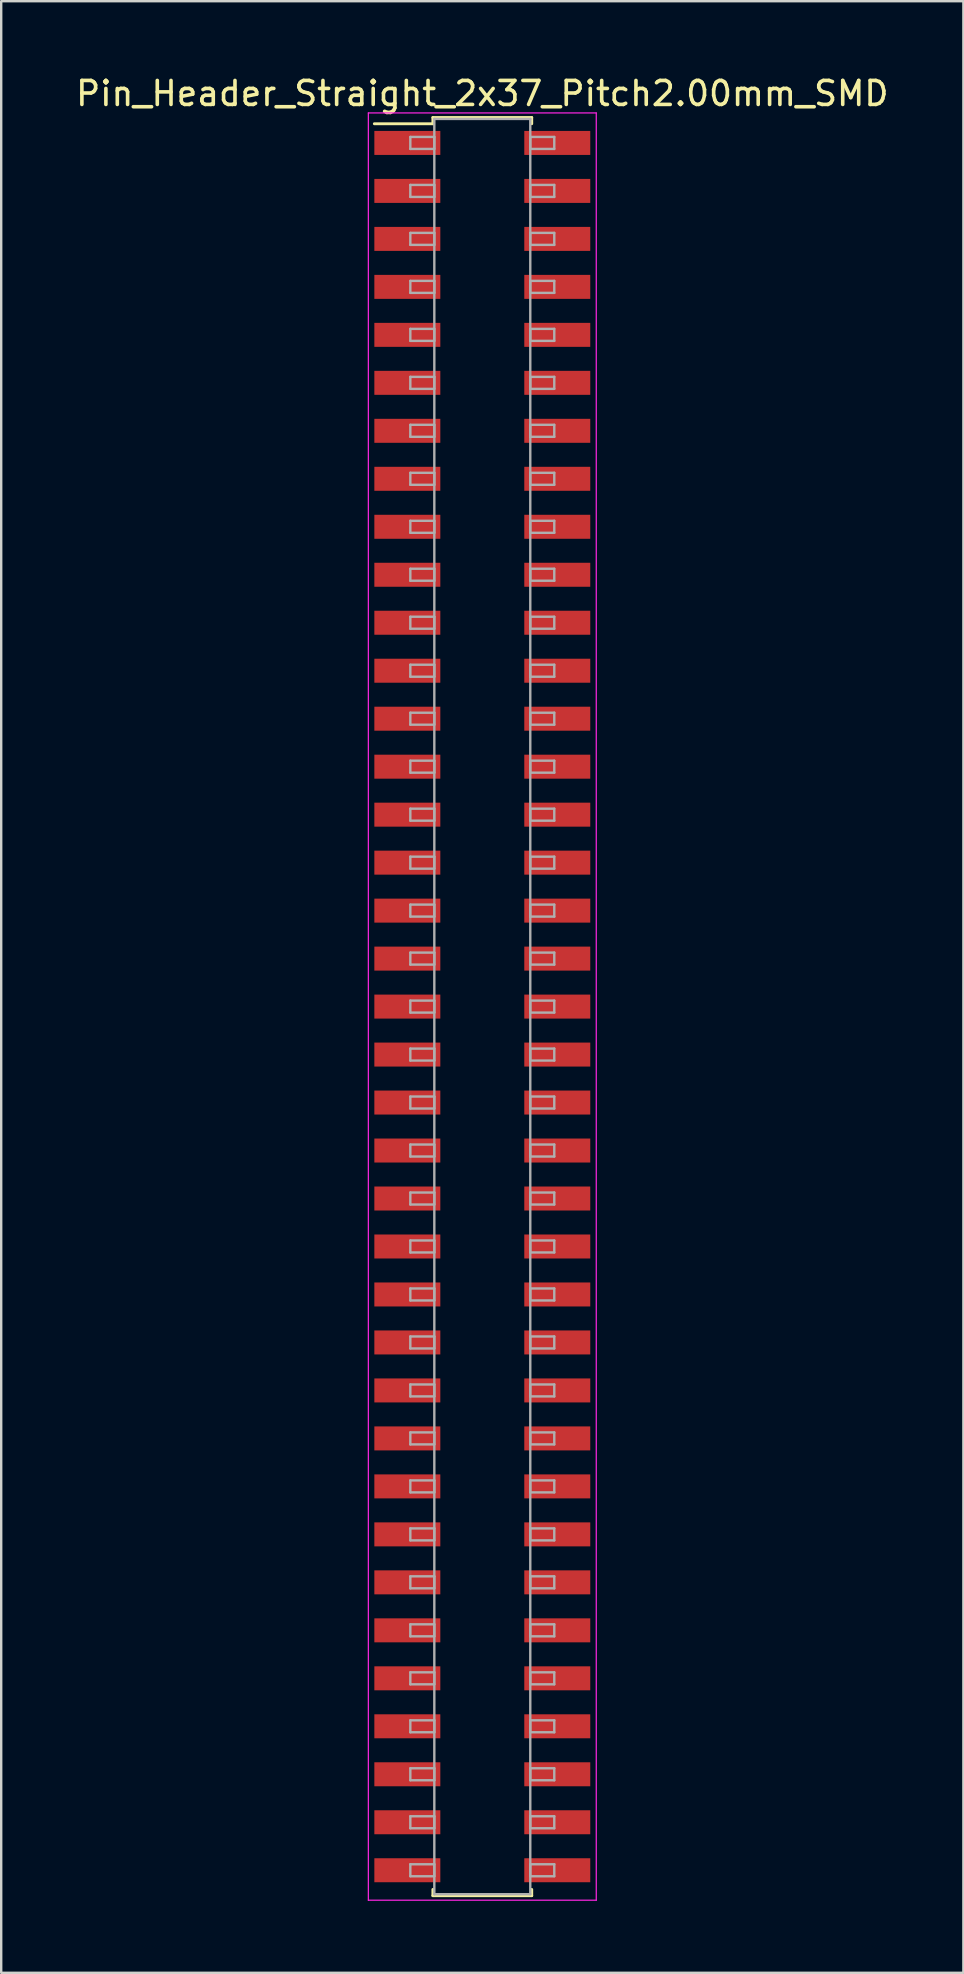
<source format=kicad_pcb>
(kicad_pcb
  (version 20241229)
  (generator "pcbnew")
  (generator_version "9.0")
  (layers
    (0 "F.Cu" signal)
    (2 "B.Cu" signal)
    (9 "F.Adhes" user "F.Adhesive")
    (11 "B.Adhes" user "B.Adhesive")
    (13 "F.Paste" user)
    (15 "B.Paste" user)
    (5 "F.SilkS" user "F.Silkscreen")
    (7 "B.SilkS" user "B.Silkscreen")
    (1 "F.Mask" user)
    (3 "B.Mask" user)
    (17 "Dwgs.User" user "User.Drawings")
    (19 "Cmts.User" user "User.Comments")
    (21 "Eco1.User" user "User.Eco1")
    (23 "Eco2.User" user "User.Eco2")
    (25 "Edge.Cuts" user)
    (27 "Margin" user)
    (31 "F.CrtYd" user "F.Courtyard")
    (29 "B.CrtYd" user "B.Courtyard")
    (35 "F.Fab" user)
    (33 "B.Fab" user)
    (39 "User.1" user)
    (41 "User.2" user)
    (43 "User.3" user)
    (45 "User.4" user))
  (footprint "Pin_Header_Straight_2x37_Pitch2.00mm_SMD"
    (layer "F.Cu")
    (at 17.054 38.908)
    (property "Reference" "Pin_Header_Straight_2x37_Pitch2.00mm_SMD" (at 0 -38.06 0) (layer "F.SilkS") (effects (font (size 1 1) (thickness 0.15))))
    (attr smd)
    (fp_line (start -4.5 -36.8) (end -2.06 -36.8) (stroke (width 0.12) (type solid)) (layer "F.SilkS"))
    (fp_line (start -2.06 -37.06) (end 2.06 -37.06) (stroke (width 0.12) (type solid)) (layer "F.SilkS"))
    (fp_line (start -2.06 -36.8) (end -2.06 -37.06) (stroke (width 0.12) (type solid)) (layer "F.SilkS"))
    (fp_line (start -2.06 36.8) (end -2.06 37.06) (stroke (width 0.12) (type solid)) (layer "F.SilkS"))
    (fp_line (start -2.06 37.06) (end 2.06 37.06) (stroke (width 0.12) (type solid)) (layer "F.SilkS"))
    (fp_line (start 2.06 -37.06) (end 2.06 -36.8) (stroke (width 0.12) (type solid)) (layer "F.SilkS"))
    (fp_line (start 2.06 37.06) (end 2.06 36.8) (stroke (width 0.12) (type solid)) (layer "F.SilkS"))
    (fp_line (start -4.75 -37.25) (end -4.75 37.25) (stroke (width 0.05) (type solid)) (layer "F.CrtYd"))
    (fp_line (start -4.75 37.25) (end 4.75 37.25) (stroke (width 0.05) (type solid)) (layer "F.CrtYd"))
    (fp_line (start 4.75 -37.25) (end -4.75 -37.25) (stroke (width 0.05) (type solid)) (layer "F.CrtYd"))
    (fp_line (start 4.75 37.25) (end 4.75 -37.25) (stroke (width 0.05) (type solid)) (layer "F.CrtYd"))
    (fp_line (start -3 -36.25) (end -2 -36.25) (stroke (width 0.1) (type solid)) (layer "F.Fab"))
    (fp_line (start -3 -35.75) (end -3 -36.25) (stroke (width 0.1) (type solid)) (layer "F.Fab"))
    (fp_line (start -3 -34.25) (end -2 -34.25) (stroke (width 0.1) (type solid)) (layer "F.Fab"))
    (fp_line (start -3 -33.75) (end -3 -34.25) (stroke (width 0.1) (type solid)) (layer "F.Fab"))
    (fp_line (start -3 -32.25) (end -2 -32.25) (stroke (width 0.1) (type solid)) (layer "F.Fab"))
    (fp_line (start -3 -31.75) (end -3 -32.25) (stroke (width 0.1) (type solid)) (layer "F.Fab"))
    (fp_line (start -3 -30.25) (end -2 -30.25) (stroke (width 0.1) (type solid)) (layer "F.Fab"))
    (fp_line (start -3 -29.75) (end -3 -30.25) (stroke (width 0.1) (type solid)) (layer "F.Fab"))
    (fp_line (start -3 -28.25) (end -2 -28.25) (stroke (width 0.1) (type solid)) (layer "F.Fab"))
    (fp_line (start -3 -27.75) (end -3 -28.25) (stroke (width 0.1) (type solid)) (layer "F.Fab"))
    (fp_line (start -3 -26.25) (end -2 -26.25) (stroke (width 0.1) (type solid)) (layer "F.Fab"))
    (fp_line (start -3 -25.75) (end -3 -26.25) (stroke (width 0.1) (type solid)) (layer "F.Fab"))
    (fp_line (start -3 -24.25) (end -2 -24.25) (stroke (width 0.1) (type solid)) (layer "F.Fab"))
    (fp_line (start -3 -23.75) (end -3 -24.25) (stroke (width 0.1) (type solid)) (layer "F.Fab"))
    (fp_line (start -3 -22.25) (end -2 -22.25) (stroke (width 0.1) (type solid)) (layer "F.Fab"))
    (fp_line (start -3 -21.75) (end -3 -22.25) (stroke (width 0.1) (type solid)) (layer "F.Fab"))
    (fp_line (start -3 -20.25) (end -2 -20.25) (stroke (width 0.1) (type solid)) (layer "F.Fab"))
    (fp_line (start -3 -19.75) (end -3 -20.25) (stroke (width 0.1) (type solid)) (layer "F.Fab"))
    (fp_line (start -3 -18.25) (end -2 -18.25) (stroke (width 0.1) (type solid)) (layer "F.Fab"))
    (fp_line (start -3 -17.75) (end -3 -18.25) (stroke (width 0.1) (type solid)) (layer "F.Fab"))
    (fp_line (start -3 -16.25) (end -2 -16.25) (stroke (width 0.1) (type solid)) (layer "F.Fab"))
    (fp_line (start -3 -15.75) (end -3 -16.25) (stroke (width 0.1) (type solid)) (layer "F.Fab"))
    (fp_line (start -3 -14.25) (end -2 -14.25) (stroke (width 0.1) (type solid)) (layer "F.Fab"))
    (fp_line (start -3 -13.75) (end -3 -14.25) (stroke (width 0.1) (type solid)) (layer "F.Fab"))
    (fp_line (start -3 -12.25) (end -2 -12.25) (stroke (width 0.1) (type solid)) (layer "F.Fab"))
    (fp_line (start -3 -11.75) (end -3 -12.25) (stroke (width 0.1) (type solid)) (layer "F.Fab"))
    (fp_line (start -3 -10.25) (end -2 -10.25) (stroke (width 0.1) (type solid)) (layer "F.Fab"))
    (fp_line (start -3 -9.75) (end -3 -10.25) (stroke (width 0.1) (type solid)) (layer "F.Fab"))
    (fp_line (start -3 -8.25) (end -2 -8.25) (stroke (width 0.1) (type solid)) (layer "F.Fab"))
    (fp_line (start -3 -7.75) (end -3 -8.25) (stroke (width 0.1) (type solid)) (layer "F.Fab"))
    (fp_line (start -3 -6.25) (end -2 -6.25) (stroke (width 0.1) (type solid)) (layer "F.Fab"))
    (fp_line (start -3 -5.75) (end -3 -6.25) (stroke (width 0.1) (type solid)) (layer "F.Fab"))
    (fp_line (start -3 -4.25) (end -2 -4.25) (stroke (width 0.1) (type solid)) (layer "F.Fab"))
    (fp_line (start -3 -3.75) (end -3 -4.25) (stroke (width 0.1) (type solid)) (layer "F.Fab"))
    (fp_line (start -3 -2.25) (end -2 -2.25) (stroke (width 0.1) (type solid)) (layer "F.Fab"))
    (fp_line (start -3 -1.75) (end -3 -2.25) (stroke (width 0.1) (type solid)) (layer "F.Fab"))
    (fp_line (start -3 -0.25) (end -2 -0.25) (stroke (width 0.1) (type solid)) (layer "F.Fab"))
    (fp_line (start -3 0.25) (end -3 -0.25) (stroke (width 0.1) (type solid)) (layer "F.Fab"))
    (fp_line (start -3 1.75) (end -2 1.75) (stroke (width 0.1) (type solid)) (layer "F.Fab"))
    (fp_line (start -3 2.25) (end -3 1.75) (stroke (width 0.1) (type solid)) (layer "F.Fab"))
    (fp_line (start -3 3.75) (end -2 3.75) (stroke (width 0.1) (type solid)) (layer "F.Fab"))
    (fp_line (start -3 4.25) (end -3 3.75) (stroke (width 0.1) (type solid)) (layer "F.Fab"))
    (fp_line (start -3 5.75) (end -2 5.75) (stroke (width 0.1) (type solid)) (layer "F.Fab"))
    (fp_line (start -3 6.25) (end -3 5.75) (stroke (width 0.1) (type solid)) (layer "F.Fab"))
    (fp_line (start -3 7.75) (end -2 7.75) (stroke (width 0.1) (type solid)) (layer "F.Fab"))
    (fp_line (start -3 8.25) (end -3 7.75) (stroke (width 0.1) (type solid)) (layer "F.Fab"))
    (fp_line (start -3 9.75) (end -2 9.75) (stroke (width 0.1) (type solid)) (layer "F.Fab"))
    (fp_line (start -3 10.25) (end -3 9.75) (stroke (width 0.1) (type solid)) (layer "F.Fab"))
    (fp_line (start -3 11.75) (end -2 11.75) (stroke (width 0.1) (type solid)) (layer "F.Fab"))
    (fp_line (start -3 12.25) (end -3 11.75) (stroke (width 0.1) (type solid)) (layer "F.Fab"))
    (fp_line (start -3 13.75) (end -2 13.75) (stroke (width 0.1) (type solid)) (layer "F.Fab"))
    (fp_line (start -3 14.25) (end -3 13.75) (stroke (width 0.1) (type solid)) (layer "F.Fab"))
    (fp_line (start -3 15.75) (end -2 15.75) (stroke (width 0.1) (type solid)) (layer "F.Fab"))
    (fp_line (start -3 16.25) (end -3 15.75) (stroke (width 0.1) (type solid)) (layer "F.Fab"))
    (fp_line (start -3 17.75) (end -2 17.75) (stroke (width 0.1) (type solid)) (layer "F.Fab"))
    (fp_line (start -3 18.25) (end -3 17.75) (stroke (width 0.1) (type solid)) (layer "F.Fab"))
    (fp_line (start -3 19.75) (end -2 19.75) (stroke (width 0.1) (type solid)) (layer "F.Fab"))
    (fp_line (start -3 20.25) (end -3 19.75) (stroke (width 0.1) (type solid)) (layer "F.Fab"))
    (fp_line (start -3 21.75) (end -2 21.75) (stroke (width 0.1) (type solid)) (layer "F.Fab"))
    (fp_line (start -3 22.25) (end -3 21.75) (stroke (width 0.1) (type solid)) (layer "F.Fab"))
    (fp_line (start -3 23.75) (end -2 23.75) (stroke (width 0.1) (type solid)) (layer "F.Fab"))
    (fp_line (start -3 24.25) (end -3 23.75) (stroke (width 0.1) (type solid)) (layer "F.Fab"))
    (fp_line (start -3 25.75) (end -2 25.75) (stroke (width 0.1) (type solid)) (layer "F.Fab"))
    (fp_line (start -3 26.25) (end -3 25.75) (stroke (width 0.1) (type solid)) (layer "F.Fab"))
    (fp_line (start -3 27.75) (end -2 27.75) (stroke (width 0.1) (type solid)) (layer "F.Fab"))
    (fp_line (start -3 28.25) (end -3 27.75) (stroke (width 0.1) (type solid)) (layer "F.Fab"))
    (fp_line (start -3 29.75) (end -2 29.75) (stroke (width 0.1) (type solid)) (layer "F.Fab"))
    (fp_line (start -3 30.25) (end -3 29.75) (stroke (width 0.1) (type solid)) (layer "F.Fab"))
    (fp_line (start -3 31.75) (end -2 31.75) (stroke (width 0.1) (type solid)) (layer "F.Fab"))
    (fp_line (start -3 32.25) (end -3 31.75) (stroke (width 0.1) (type solid)) (layer "F.Fab"))
    (fp_line (start -3 33.75) (end -2 33.75) (stroke (width 0.1) (type solid)) (layer "F.Fab"))
    (fp_line (start -3 34.25) (end -3 33.75) (stroke (width 0.1) (type solid)) (layer "F.Fab"))
    (fp_line (start -3 35.75) (end -2 35.75) (stroke (width 0.1) (type solid)) (layer "F.Fab"))
    (fp_line (start -3 36.25) (end -3 35.75) (stroke (width 0.1) (type solid)) (layer "F.Fab"))
    (fp_line (start -2 -37) (end -2 37) (stroke (width 0.1) (type solid)) (layer "F.Fab"))
    (fp_line (start -2 -36.25) (end -2 -35.75) (stroke (width 0.1) (type solid)) (layer "F.Fab"))
    (fp_line (start -2 -35.75) (end -3 -35.75) (stroke (width 0.1) (type solid)) (layer "F.Fab"))
    (fp_line (start -2 -34.25) (end -2 -33.75) (stroke (width 0.1) (type solid)) (layer "F.Fab"))
    (fp_line (start -2 -33.75) (end -3 -33.75) (stroke (width 0.1) (type solid)) (layer "F.Fab"))
    (fp_line (start -2 -32.25) (end -2 -31.75) (stroke (width 0.1) (type solid)) (layer "F.Fab"))
    (fp_line (start -2 -31.75) (end -3 -31.75) (stroke (width 0.1) (type solid)) (layer "F.Fab"))
    (fp_line (start -2 -30.25) (end -2 -29.75) (stroke (width 0.1) (type solid)) (layer "F.Fab"))
    (fp_line (start -2 -29.75) (end -3 -29.75) (stroke (width 0.1) (type solid)) (layer "F.Fab"))
    (fp_line (start -2 -28.25) (end -2 -27.75) (stroke (width 0.1) (type solid)) (layer "F.Fab"))
    (fp_line (start -2 -27.75) (end -3 -27.75) (stroke (width 0.1) (type solid)) (layer "F.Fab"))
    (fp_line (start -2 -26.25) (end -2 -25.75) (stroke (width 0.1) (type solid)) (layer "F.Fab"))
    (fp_line (start -2 -25.75) (end -3 -25.75) (stroke (width 0.1) (type solid)) (layer "F.Fab"))
    (fp_line (start -2 -24.25) (end -2 -23.75) (stroke (width 0.1) (type solid)) (layer "F.Fab"))
    (fp_line (start -2 -23.75) (end -3 -23.75) (stroke (width 0.1) (type solid)) (layer "F.Fab"))
    (fp_line (start -2 -22.25) (end -2 -21.75) (stroke (width 0.1) (type solid)) (layer "F.Fab"))
    (fp_line (start -2 -21.75) (end -3 -21.75) (stroke (width 0.1) (type solid)) (layer "F.Fab"))
    (fp_line (start -2 -20.25) (end -2 -19.75) (stroke (width 0.1) (type solid)) (layer "F.Fab"))
    (fp_line (start -2 -19.75) (end -3 -19.75) (stroke (width 0.1) (type solid)) (layer "F.Fab"))
    (fp_line (start -2 -18.25) (end -2 -17.75) (stroke (width 0.1) (type solid)) (layer "F.Fab"))
    (fp_line (start -2 -17.75) (end -3 -17.75) (stroke (width 0.1) (type solid)) (layer "F.Fab"))
    (fp_line (start -2 -16.25) (end -2 -15.75) (stroke (width 0.1) (type solid)) (layer "F.Fab"))
    (fp_line (start -2 -15.75) (end -3 -15.75) (stroke (width 0.1) (type solid)) (layer "F.Fab"))
    (fp_line (start -2 -14.25) (end -2 -13.75) (stroke (width 0.1) (type solid)) (layer "F.Fab"))
    (fp_line (start -2 -13.75) (end -3 -13.75) (stroke (width 0.1) (type solid)) (layer "F.Fab"))
    (fp_line (start -2 -12.25) (end -2 -11.75) (stroke (width 0.1) (type solid)) (layer "F.Fab"))
    (fp_line (start -2 -11.75) (end -3 -11.75) (stroke (width 0.1) (type solid)) (layer "F.Fab"))
    (fp_line (start -2 -10.25) (end -2 -9.75) (stroke (width 0.1) (type solid)) (layer "F.Fab"))
    (fp_line (start -2 -9.75) (end -3 -9.75) (stroke (width 0.1) (type solid)) (layer "F.Fab"))
    (fp_line (start -2 -8.25) (end -2 -7.75) (stroke (width 0.1) (type solid)) (layer "F.Fab"))
    (fp_line (start -2 -7.75) (end -3 -7.75) (stroke (width 0.1) (type solid)) (layer "F.Fab"))
    (fp_line (start -2 -6.25) (end -2 -5.75) (stroke (width 0.1) (type solid)) (layer "F.Fab"))
    (fp_line (start -2 -5.75) (end -3 -5.75) (stroke (width 0.1) (type solid)) (layer "F.Fab"))
    (fp_line (start -2 -4.25) (end -2 -3.75) (stroke (width 0.1) (type solid)) (layer "F.Fab"))
    (fp_line (start -2 -3.75) (end -3 -3.75) (stroke (width 0.1) (type solid)) (layer "F.Fab"))
    (fp_line (start -2 -2.25) (end -2 -1.75) (stroke (width 0.1) (type solid)) (layer "F.Fab"))
    (fp_line (start -2 -1.75) (end -3 -1.75) (stroke (width 0.1) (type solid)) (layer "F.Fab"))
    (fp_line (start -2 -0.25) (end -2 0.25) (stroke (width 0.1) (type solid)) (layer "F.Fab"))
    (fp_line (start -2 0.25) (end -3 0.25) (stroke (width 0.1) (type solid)) (layer "F.Fab"))
    (fp_line (start -2 1.75) (end -2 2.25) (stroke (width 0.1) (type solid)) (layer "F.Fab"))
    (fp_line (start -2 2.25) (end -3 2.25) (stroke (width 0.1) (type solid)) (layer "F.Fab"))
    (fp_line (start -2 3.75) (end -2 4.25) (stroke (width 0.1) (type solid)) (layer "F.Fab"))
    (fp_line (start -2 4.25) (end -3 4.25) (stroke (width 0.1) (type solid)) (layer "F.Fab"))
    (fp_line (start -2 5.75) (end -2 6.25) (stroke (width 0.1) (type solid)) (layer "F.Fab"))
    (fp_line (start -2 6.25) (end -3 6.25) (stroke (width 0.1) (type solid)) (layer "F.Fab"))
    (fp_line (start -2 7.75) (end -2 8.25) (stroke (width 0.1) (type solid)) (layer "F.Fab"))
    (fp_line (start -2 8.25) (end -3 8.25) (stroke (width 0.1) (type solid)) (layer "F.Fab"))
    (fp_line (start -2 9.75) (end -2 10.25) (stroke (width 0.1) (type solid)) (layer "F.Fab"))
    (fp_line (start -2 10.25) (end -3 10.25) (stroke (width 0.1) (type solid)) (layer "F.Fab"))
    (fp_line (start -2 11.75) (end -2 12.25) (stroke (width 0.1) (type solid)) (layer "F.Fab"))
    (fp_line (start -2 12.25) (end -3 12.25) (stroke (width 0.1) (type solid)) (layer "F.Fab"))
    (fp_line (start -2 13.75) (end -2 14.25) (stroke (width 0.1) (type solid)) (layer "F.Fab"))
    (fp_line (start -2 14.25) (end -3 14.25) (stroke (width 0.1) (type solid)) (layer "F.Fab"))
    (fp_line (start -2 15.75) (end -2 16.25) (stroke (width 0.1) (type solid)) (layer "F.Fab"))
    (fp_line (start -2 16.25) (end -3 16.25) (stroke (width 0.1) (type solid)) (layer "F.Fab"))
    (fp_line (start -2 17.75) (end -2 18.25) (stroke (width 0.1) (type solid)) (layer "F.Fab"))
    (fp_line (start -2 18.25) (end -3 18.25) (stroke (width 0.1) (type solid)) (layer "F.Fab"))
    (fp_line (start -2 19.75) (end -2 20.25) (stroke (width 0.1) (type solid)) (layer "F.Fab"))
    (fp_line (start -2 20.25) (end -3 20.25) (stroke (width 0.1) (type solid)) (layer "F.Fab"))
    (fp_line (start -2 21.75) (end -2 22.25) (stroke (width 0.1) (type solid)) (layer "F.Fab"))
    (fp_line (start -2 22.25) (end -3 22.25) (stroke (width 0.1) (type solid)) (layer "F.Fab"))
    (fp_line (start -2 23.75) (end -2 24.25) (stroke (width 0.1) (type solid)) (layer "F.Fab"))
    (fp_line (start -2 24.25) (end -3 24.25) (stroke (width 0.1) (type solid)) (layer "F.Fab"))
    (fp_line (start -2 25.75) (end -2 26.25) (stroke (width 0.1) (type solid)) (layer "F.Fab"))
    (fp_line (start -2 26.25) (end -3 26.25) (stroke (width 0.1) (type solid)) (layer "F.Fab"))
    (fp_line (start -2 27.75) (end -2 28.25) (stroke (width 0.1) (type solid)) (layer "F.Fab"))
    (fp_line (start -2 28.25) (end -3 28.25) (stroke (width 0.1) (type solid)) (layer "F.Fab"))
    (fp_line (start -2 29.75) (end -2 30.25) (stroke (width 0.1) (type solid)) (layer "F.Fab"))
    (fp_line (start -2 30.25) (end -3 30.25) (stroke (width 0.1) (type solid)) (layer "F.Fab"))
    (fp_line (start -2 31.75) (end -2 32.25) (stroke (width 0.1) (type solid)) (layer "F.Fab"))
    (fp_line (start -2 32.25) (end -3 32.25) (stroke (width 0.1) (type solid)) (layer "F.Fab"))
    (fp_line (start -2 33.75) (end -2 34.25) (stroke (width 0.1) (type solid)) (layer "F.Fab"))
    (fp_line (start -2 34.25) (end -3 34.25) (stroke (width 0.1) (type solid)) (layer "F.Fab"))
    (fp_line (start -2 35.75) (end -2 36.25) (stroke (width 0.1) (type solid)) (layer "F.Fab"))
    (fp_line (start -2 36.25) (end -3 36.25) (stroke (width 0.1) (type solid)) (layer "F.Fab"))
    (fp_line (start -2 37) (end 2 37) (stroke (width 0.1) (type solid)) (layer "F.Fab"))
    (fp_line (start 2 -37) (end -2 -37) (stroke (width 0.1) (type solid)) (layer "F.Fab"))
    (fp_line (start 2 -36.25) (end 2 -35.75) (stroke (width 0.1) (type solid)) (layer "F.Fab"))
    (fp_line (start 2 -35.75) (end 3 -35.75) (stroke (width 0.1) (type solid)) (layer "F.Fab"))
    (fp_line (start 2 -34.25) (end 2 -33.75) (stroke (width 0.1) (type solid)) (layer "F.Fab"))
    (fp_line (start 2 -33.75) (end 3 -33.75) (stroke (width 0.1) (type solid)) (layer "F.Fab"))
    (fp_line (start 2 -32.25) (end 2 -31.75) (stroke (width 0.1) (type solid)) (layer "F.Fab"))
    (fp_line (start 2 -31.75) (end 3 -31.75) (stroke (width 0.1) (type solid)) (layer "F.Fab"))
    (fp_line (start 2 -30.25) (end 2 -29.75) (stroke (width 0.1) (type solid)) (layer "F.Fab"))
    (fp_line (start 2 -29.75) (end 3 -29.75) (stroke (width 0.1) (type solid)) (layer "F.Fab"))
    (fp_line (start 2 -28.25) (end 2 -27.75) (stroke (width 0.1) (type solid)) (layer "F.Fab"))
    (fp_line (start 2 -27.75) (end 3 -27.75) (stroke (width 0.1) (type solid)) (layer "F.Fab"))
    (fp_line (start 2 -26.25) (end 2 -25.75) (stroke (width 0.1) (type solid)) (layer "F.Fab"))
    (fp_line (start 2 -25.75) (end 3 -25.75) (stroke (width 0.1) (type solid)) (layer "F.Fab"))
    (fp_line (start 2 -24.25) (end 2 -23.75) (stroke (width 0.1) (type solid)) (layer "F.Fab"))
    (fp_line (start 2 -23.75) (end 3 -23.75) (stroke (width 0.1) (type solid)) (layer "F.Fab"))
    (fp_line (start 2 -22.25) (end 2 -21.75) (stroke (width 0.1) (type solid)) (layer "F.Fab"))
    (fp_line (start 2 -21.75) (end 3 -21.75) (stroke (width 0.1) (type solid)) (layer "F.Fab"))
    (fp_line (start 2 -20.25) (end 2 -19.75) (stroke (width 0.1) (type solid)) (layer "F.Fab"))
    (fp_line (start 2 -19.75) (end 3 -19.75) (stroke (width 0.1) (type solid)) (layer "F.Fab"))
    (fp_line (start 2 -18.25) (end 2 -17.75) (stroke (width 0.1) (type solid)) (layer "F.Fab"))
    (fp_line (start 2 -17.75) (end 3 -17.75) (stroke (width 0.1) (type solid)) (layer "F.Fab"))
    (fp_line (start 2 -16.25) (end 2 -15.75) (stroke (width 0.1) (type solid)) (layer "F.Fab"))
    (fp_line (start 2 -15.75) (end 3 -15.75) (stroke (width 0.1) (type solid)) (layer "F.Fab"))
    (fp_line (start 2 -14.25) (end 2 -13.75) (stroke (width 0.1) (type solid)) (layer "F.Fab"))
    (fp_line (start 2 -13.75) (end 3 -13.75) (stroke (width 0.1) (type solid)) (layer "F.Fab"))
    (fp_line (start 2 -12.25) (end 2 -11.75) (stroke (width 0.1) (type solid)) (layer "F.Fab"))
    (fp_line (start 2 -11.75) (end 3 -11.75) (stroke (width 0.1) (type solid)) (layer "F.Fab"))
    (fp_line (start 2 -10.25) (end 2 -9.75) (stroke (width 0.1) (type solid)) (layer "F.Fab"))
    (fp_line (start 2 -9.75) (end 3 -9.75) (stroke (width 0.1) (type solid)) (layer "F.Fab"))
    (fp_line (start 2 -8.25) (end 2 -7.75) (stroke (width 0.1) (type solid)) (layer "F.Fab"))
    (fp_line (start 2 -7.75) (end 3 -7.75) (stroke (width 0.1) (type solid)) (layer "F.Fab"))
    (fp_line (start 2 -6.25) (end 2 -5.75) (stroke (width 0.1) (type solid)) (layer "F.Fab"))
    (fp_line (start 2 -5.75) (end 3 -5.75) (stroke (width 0.1) (type solid)) (layer "F.Fab"))
    (fp_line (start 2 -4.25) (end 2 -3.75) (stroke (width 0.1) (type solid)) (layer "F.Fab"))
    (fp_line (start 2 -3.75) (end 3 -3.75) (stroke (width 0.1) (type solid)) (layer "F.Fab"))
    (fp_line (start 2 -2.25) (end 2 -1.75) (stroke (width 0.1) (type solid)) (layer "F.Fab"))
    (fp_line (start 2 -1.75) (end 3 -1.75) (stroke (width 0.1) (type solid)) (layer "F.Fab"))
    (fp_line (start 2 -0.25) (end 2 0.25) (stroke (width 0.1) (type solid)) (layer "F.Fab"))
    (fp_line (start 2 0.25) (end 3 0.25) (stroke (width 0.1) (type solid)) (layer "F.Fab"))
    (fp_line (start 2 1.75) (end 2 2.25) (stroke (width 0.1) (type solid)) (layer "F.Fab"))
    (fp_line (start 2 2.25) (end 3 2.25) (stroke (width 0.1) (type solid)) (layer "F.Fab"))
    (fp_line (start 2 3.75) (end 2 4.25) (stroke (width 0.1) (type solid)) (layer "F.Fab"))
    (fp_line (start 2 4.25) (end 3 4.25) (stroke (width 0.1) (type solid)) (layer "F.Fab"))
    (fp_line (start 2 5.75) (end 2 6.25) (stroke (width 0.1) (type solid)) (layer "F.Fab"))
    (fp_line (start 2 6.25) (end 3 6.25) (stroke (width 0.1) (type solid)) (layer "F.Fab"))
    (fp_line (start 2 7.75) (end 2 8.25) (stroke (width 0.1) (type solid)) (layer "F.Fab"))
    (fp_line (start 2 8.25) (end 3 8.25) (stroke (width 0.1) (type solid)) (layer "F.Fab"))
    (fp_line (start 2 9.75) (end 2 10.25) (stroke (width 0.1) (type solid)) (layer "F.Fab"))
    (fp_line (start 2 10.25) (end 3 10.25) (stroke (width 0.1) (type solid)) (layer "F.Fab"))
    (fp_line (start 2 11.75) (end 2 12.25) (stroke (width 0.1) (type solid)) (layer "F.Fab"))
    (fp_line (start 2 12.25) (end 3 12.25) (stroke (width 0.1) (type solid)) (layer "F.Fab"))
    (fp_line (start 2 13.75) (end 2 14.25) (stroke (width 0.1) (type solid)) (layer "F.Fab"))
    (fp_line (start 2 14.25) (end 3 14.25) (stroke (width 0.1) (type solid)) (layer "F.Fab"))
    (fp_line (start 2 15.75) (end 2 16.25) (stroke (width 0.1) (type solid)) (layer "F.Fab"))
    (fp_line (start 2 16.25) (end 3 16.25) (stroke (width 0.1) (type solid)) (layer "F.Fab"))
    (fp_line (start 2 17.75) (end 2 18.25) (stroke (width 0.1) (type solid)) (layer "F.Fab"))
    (fp_line (start 2 18.25) (end 3 18.25) (stroke (width 0.1) (type solid)) (layer "F.Fab"))
    (fp_line (start 2 19.75) (end 2 20.25) (stroke (width 0.1) (type solid)) (layer "F.Fab"))
    (fp_line (start 2 20.25) (end 3 20.25) (stroke (width 0.1) (type solid)) (layer "F.Fab"))
    (fp_line (start 2 21.75) (end 2 22.25) (stroke (width 0.1) (type solid)) (layer "F.Fab"))
    (fp_line (start 2 22.25) (end 3 22.25) (stroke (width 0.1) (type solid)) (layer "F.Fab"))
    (fp_line (start 2 23.75) (end 2 24.25) (stroke (width 0.1) (type solid)) (layer "F.Fab"))
    (fp_line (start 2 24.25) (end 3 24.25) (stroke (width 0.1) (type solid)) (layer "F.Fab"))
    (fp_line (start 2 25.75) (end 2 26.25) (stroke (width 0.1) (type solid)) (layer "F.Fab"))
    (fp_line (start 2 26.25) (end 3 26.25) (stroke (width 0.1) (type solid)) (layer "F.Fab"))
    (fp_line (start 2 27.75) (end 2 28.25) (stroke (width 0.1) (type solid)) (layer "F.Fab"))
    (fp_line (start 2 28.25) (end 3 28.25) (stroke (width 0.1) (type solid)) (layer "F.Fab"))
    (fp_line (start 2 29.75) (end 2 30.25) (stroke (width 0.1) (type solid)) (layer "F.Fab"))
    (fp_line (start 2 30.25) (end 3 30.25) (stroke (width 0.1) (type solid)) (layer "F.Fab"))
    (fp_line (start 2 31.75) (end 2 32.25) (stroke (width 0.1) (type solid)) (layer "F.Fab"))
    (fp_line (start 2 32.25) (end 3 32.25) (stroke (width 0.1) (type solid)) (layer "F.Fab"))
    (fp_line (start 2 33.75) (end 2 34.25) (stroke (width 0.1) (type solid)) (layer "F.Fab"))
    (fp_line (start 2 34.25) (end 3 34.25) (stroke (width 0.1) (type solid)) (layer "F.Fab"))
    (fp_line (start 2 35.75) (end 2 36.25) (stroke (width 0.1) (type solid)) (layer "F.Fab"))
    (fp_line (start 2 36.25) (end 3 36.25) (stroke (width 0.1) (type solid)) (layer "F.Fab"))
    (fp_line (start 2 37) (end 2 -37) (stroke (width 0.1) (type solid)) (layer "F.Fab"))
    (fp_line (start 3 -36.25) (end 2 -36.25) (stroke (width 0.1) (type solid)) (layer "F.Fab"))
    (fp_line (start 3 -35.75) (end 3 -36.25) (stroke (width 0.1) (type solid)) (layer "F.Fab"))
    (fp_line (start 3 -34.25) (end 2 -34.25) (stroke (width 0.1) (type solid)) (layer "F.Fab"))
    (fp_line (start 3 -33.75) (end 3 -34.25) (stroke (width 0.1) (type solid)) (layer "F.Fab"))
    (fp_line (start 3 -32.25) (end 2 -32.25) (stroke (width 0.1) (type solid)) (layer "F.Fab"))
    (fp_line (start 3 -31.75) (end 3 -32.25) (stroke (width 0.1) (type solid)) (layer "F.Fab"))
    (fp_line (start 3 -30.25) (end 2 -30.25) (stroke (width 0.1) (type solid)) (layer "F.Fab"))
    (fp_line (start 3 -29.75) (end 3 -30.25) (stroke (width 0.1) (type solid)) (layer "F.Fab"))
    (fp_line (start 3 -28.25) (end 2 -28.25) (stroke (width 0.1) (type solid)) (layer "F.Fab"))
    (fp_line (start 3 -27.75) (end 3 -28.25) (stroke (width 0.1) (type solid)) (layer "F.Fab"))
    (fp_line (start 3 -26.25) (end 2 -26.25) (stroke (width 0.1) (type solid)) (layer "F.Fab"))
    (fp_line (start 3 -25.75) (end 3 -26.25) (stroke (width 0.1) (type solid)) (layer "F.Fab"))
    (fp_line (start 3 -24.25) (end 2 -24.25) (stroke (width 0.1) (type solid)) (layer "F.Fab"))
    (fp_line (start 3 -23.75) (end 3 -24.25) (stroke (width 0.1) (type solid)) (layer "F.Fab"))
    (fp_line (start 3 -22.25) (end 2 -22.25) (stroke (width 0.1) (type solid)) (layer "F.Fab"))
    (fp_line (start 3 -21.75) (end 3 -22.25) (stroke (width 0.1) (type solid)) (layer "F.Fab"))
    (fp_line (start 3 -20.25) (end 2 -20.25) (stroke (width 0.1) (type solid)) (layer "F.Fab"))
    (fp_line (start 3 -19.75) (end 3 -20.25) (stroke (width 0.1) (type solid)) (layer "F.Fab"))
    (fp_line (start 3 -18.25) (end 2 -18.25) (stroke (width 0.1) (type solid)) (layer "F.Fab"))
    (fp_line (start 3 -17.75) (end 3 -18.25) (stroke (width 0.1) (type solid)) (layer "F.Fab"))
    (fp_line (start 3 -16.25) (end 2 -16.25) (stroke (width 0.1) (type solid)) (layer "F.Fab"))
    (fp_line (start 3 -15.75) (end 3 -16.25) (stroke (width 0.1) (type solid)) (layer "F.Fab"))
    (fp_line (start 3 -14.25) (end 2 -14.25) (stroke (width 0.1) (type solid)) (layer "F.Fab"))
    (fp_line (start 3 -13.75) (end 3 -14.25) (stroke (width 0.1) (type solid)) (layer "F.Fab"))
    (fp_line (start 3 -12.25) (end 2 -12.25) (stroke (width 0.1) (type solid)) (layer "F.Fab"))
    (fp_line (start 3 -11.75) (end 3 -12.25) (stroke (width 0.1) (type solid)) (layer "F.Fab"))
    (fp_line (start 3 -10.25) (end 2 -10.25) (stroke (width 0.1) (type solid)) (layer "F.Fab"))
    (fp_line (start 3 -9.75) (end 3 -10.25) (stroke (width 0.1) (type solid)) (layer "F.Fab"))
    (fp_line (start 3 -8.25) (end 2 -8.25) (stroke (width 0.1) (type solid)) (layer "F.Fab"))
    (fp_line (start 3 -7.75) (end 3 -8.25) (stroke (width 0.1) (type solid)) (layer "F.Fab"))
    (fp_line (start 3 -6.25) (end 2 -6.25) (stroke (width 0.1) (type solid)) (layer "F.Fab"))
    (fp_line (start 3 -5.75) (end 3 -6.25) (stroke (width 0.1) (type solid)) (layer "F.Fab"))
    (fp_line (start 3 -4.25) (end 2 -4.25) (stroke (width 0.1) (type solid)) (layer "F.Fab"))
    (fp_line (start 3 -3.75) (end 3 -4.25) (stroke (width 0.1) (type solid)) (layer "F.Fab"))
    (fp_line (start 3 -2.25) (end 2 -2.25) (stroke (width 0.1) (type solid)) (layer "F.Fab"))
    (fp_line (start 3 -1.75) (end 3 -2.25) (stroke (width 0.1) (type solid)) (layer "F.Fab"))
    (fp_line (start 3 -0.25) (end 2 -0.25) (stroke (width 0.1) (type solid)) (layer "F.Fab"))
    (fp_line (start 3 0.25) (end 3 -0.25) (stroke (width 0.1) (type solid)) (layer "F.Fab"))
    (fp_line (start 3 1.75) (end 2 1.75) (stroke (width 0.1) (type solid)) (layer "F.Fab"))
    (fp_line (start 3 2.25) (end 3 1.75) (stroke (width 0.1) (type solid)) (layer "F.Fab"))
    (fp_line (start 3 3.75) (end 2 3.75) (stroke (width 0.1) (type solid)) (layer "F.Fab"))
    (fp_line (start 3 4.25) (end 3 3.75) (stroke (width 0.1) (type solid)) (layer "F.Fab"))
    (fp_line (start 3 5.75) (end 2 5.75) (stroke (width 0.1) (type solid)) (layer "F.Fab"))
    (fp_line (start 3 6.25) (end 3 5.75) (stroke (width 0.1) (type solid)) (layer "F.Fab"))
    (fp_line (start 3 7.75) (end 2 7.75) (stroke (width 0.1) (type solid)) (layer "F.Fab"))
    (fp_line (start 3 8.25) (end 3 7.75) (stroke (width 0.1) (type solid)) (layer "F.Fab"))
    (fp_line (start 3 9.75) (end 2 9.75) (stroke (width 0.1) (type solid)) (layer "F.Fab"))
    (fp_line (start 3 10.25) (end 3 9.75) (stroke (width 0.1) (type solid)) (layer "F.Fab"))
    (fp_line (start 3 11.75) (end 2 11.75) (stroke (width 0.1) (type solid)) (layer "F.Fab"))
    (fp_line (start 3 12.25) (end 3 11.75) (stroke (width 0.1) (type solid)) (layer "F.Fab"))
    (fp_line (start 3 13.75) (end 2 13.75) (stroke (width 0.1) (type solid)) (layer "F.Fab"))
    (fp_line (start 3 14.25) (end 3 13.75) (stroke (width 0.1) (type solid)) (layer "F.Fab"))
    (fp_line (start 3 15.75) (end 2 15.75) (stroke (width 0.1) (type solid)) (layer "F.Fab"))
    (fp_line (start 3 16.25) (end 3 15.75) (stroke (width 0.1) (type solid)) (layer "F.Fab"))
    (fp_line (start 3 17.75) (end 2 17.75) (stroke (width 0.1) (type solid)) (layer "F.Fab"))
    (fp_line (start 3 18.25) (end 3 17.75) (stroke (width 0.1) (type solid)) (layer "F.Fab"))
    (fp_line (start 3 19.75) (end 2 19.75) (stroke (width 0.1) (type solid)) (layer "F.Fab"))
    (fp_line (start 3 20.25) (end 3 19.75) (stroke (width 0.1) (type solid)) (layer "F.Fab"))
    (fp_line (start 3 21.75) (end 2 21.75) (stroke (width 0.1) (type solid)) (layer "F.Fab"))
    (fp_line (start 3 22.25) (end 3 21.75) (stroke (width 0.1) (type solid)) (layer "F.Fab"))
    (fp_line (start 3 23.75) (end 2 23.75) (stroke (width 0.1) (type solid)) (layer "F.Fab"))
    (fp_line (start 3 24.25) (end 3 23.75) (stroke (width 0.1) (type solid)) (layer "F.Fab"))
    (fp_line (start 3 25.75) (end 2 25.75) (stroke (width 0.1) (type solid)) (layer "F.Fab"))
    (fp_line (start 3 26.25) (end 3 25.75) (stroke (width 0.1) (type solid)) (layer "F.Fab"))
    (fp_line (start 3 27.75) (end 2 27.75) (stroke (width 0.1) (type solid)) (layer "F.Fab"))
    (fp_line (start 3 28.25) (end 3 27.75) (stroke (width 0.1) (type solid)) (layer "F.Fab"))
    (fp_line (start 3 29.75) (end 2 29.75) (stroke (width 0.1) (type solid)) (layer "F.Fab"))
    (fp_line (start 3 30.25) (end 3 29.75) (stroke (width 0.1) (type solid)) (layer "F.Fab"))
    (fp_line (start 3 31.75) (end 2 31.75) (stroke (width 0.1) (type solid)) (layer "F.Fab"))
    (fp_line (start 3 32.25) (end 3 31.75) (stroke (width 0.1) (type solid)) (layer "F.Fab"))
    (fp_line (start 3 33.75) (end 2 33.75) (stroke (width 0.1) (type solid)) (layer "F.Fab"))
    (fp_line (start 3 34.25) (end 3 33.75) (stroke (width 0.1) (type solid)) (layer "F.Fab"))
    (fp_line (start 3 35.75) (end 2 35.75) (stroke (width 0.1) (type solid)) (layer "F.Fab"))
    (fp_line (start 3 36.25) (end 3 35.75) (stroke (width 0.1) (type solid)) (layer "F.Fab"))
    (pad "1" smd rect (at -3.125 -36) (size 2.75 1) (layers "F.Cu" "F.Mask"))
    (pad "2" smd rect (at 3.125 -36) (size 2.75 1) (layers "F.Cu" "F.Mask"))
    (pad "3" smd rect (at -3.125 -34) (size 2.75 1) (layers "F.Cu" "F.Mask"))
    (pad "4" smd rect (at 3.125 -34) (size 2.75 1) (layers "F.Cu" "F.Mask"))
    (pad "5" smd rect (at -3.125 -32) (size 2.75 1) (layers "F.Cu" "F.Mask"))
    (pad "6" smd rect (at 3.125 -32) (size 2.75 1) (layers "F.Cu" "F.Mask"))
    (pad "7" smd rect (at -3.125 -30) (size 2.75 1) (layers "F.Cu" "F.Mask"))
    (pad "8" smd rect (at 3.125 -30) (size 2.75 1) (layers "F.Cu" "F.Mask"))
    (pad "9" smd rect (at -3.125 -28) (size 2.75 1) (layers "F.Cu" "F.Mask"))
    (pad "10" smd rect (at 3.125 -28) (size 2.75 1) (layers "F.Cu" "F.Mask"))
    (pad "11" smd rect (at -3.125 -26) (size 2.75 1) (layers "F.Cu" "F.Mask"))
    (pad "12" smd rect (at 3.125 -26) (size 2.75 1) (layers "F.Cu" "F.Mask"))
    (pad "13" smd rect (at -3.125 -24) (size 2.75 1) (layers "F.Cu" "F.Mask"))
    (pad "14" smd rect (at 3.125 -24) (size 2.75 1) (layers "F.Cu" "F.Mask"))
    (pad "15" smd rect (at -3.125 -22) (size 2.75 1) (layers "F.Cu" "F.Mask"))
    (pad "16" smd rect (at 3.125 -22) (size 2.75 1) (layers "F.Cu" "F.Mask"))
    (pad "17" smd rect (at -3.125 -20) (size 2.75 1) (layers "F.Cu" "F.Mask"))
    (pad "18" smd rect (at 3.125 -20) (size 2.75 1) (layers "F.Cu" "F.Mask"))
    (pad "19" smd rect (at -3.125 -18) (size 2.75 1) (layers "F.Cu" "F.Mask"))
    (pad "20" smd rect (at 3.125 -18) (size 2.75 1) (layers "F.Cu" "F.Mask"))
    (pad "21" smd rect (at -3.125 -16) (size 2.75 1) (layers "F.Cu" "F.Mask"))
    (pad "22" smd rect (at 3.125 -16) (size 2.75 1) (layers "F.Cu" "F.Mask"))
    (pad "23" smd rect (at -3.125 -14) (size 2.75 1) (layers "F.Cu" "F.Mask"))
    (pad "24" smd rect (at 3.125 -14) (size 2.75 1) (layers "F.Cu" "F.Mask"))
    (pad "25" smd rect (at -3.125 -12) (size 2.75 1) (layers "F.Cu" "F.Mask"))
    (pad "26" smd rect (at 3.125 -12) (size 2.75 1) (layers "F.Cu" "F.Mask"))
    (pad "27" smd rect (at -3.125 -10) (size 2.75 1) (layers "F.Cu" "F.Mask"))
    (pad "28" smd rect (at 3.125 -10) (size 2.75 1) (layers "F.Cu" "F.Mask"))
    (pad "29" smd rect (at -3.125 -8) (size 2.75 1) (layers "F.Cu" "F.Mask"))
    (pad "30" smd rect (at 3.125 -8) (size 2.75 1) (layers "F.Cu" "F.Mask"))
    (pad "31" smd rect (at -3.125 -6) (size 2.75 1) (layers "F.Cu" "F.Mask"))
    (pad "32" smd rect (at 3.125 -6) (size 2.75 1) (layers "F.Cu" "F.Mask"))
    (pad "33" smd rect (at -3.125 -4) (size 2.75 1) (layers "F.Cu" "F.Mask"))
    (pad "34" smd rect (at 3.125 -4) (size 2.75 1) (layers "F.Cu" "F.Mask"))
    (pad "35" smd rect (at -3.125 -2) (size 2.75 1) (layers "F.Cu" "F.Mask"))
    (pad "36" smd rect (at 3.125 -2) (size 2.75 1) (layers "F.Cu" "F.Mask"))
    (pad "37" smd rect (at -3.125 0) (size 2.75 1) (layers "F.Cu" "F.Mask"))
    (pad "38" smd rect (at 3.125 0) (size 2.75 1) (layers "F.Cu" "F.Mask"))
    (pad "39" smd rect (at -3.125 2) (size 2.75 1) (layers "F.Cu" "F.Mask"))
    (pad "40" smd rect (at 3.125 2) (size 2.75 1) (layers "F.Cu" "F.Mask"))
    (pad "41" smd rect (at -3.125 4) (size 2.75 1) (layers "F.Cu" "F.Mask"))
    (pad "42" smd rect (at 3.125 4) (size 2.75 1) (layers "F.Cu" "F.Mask"))
    (pad "43" smd rect (at -3.125 6) (size 2.75 1) (layers "F.Cu" "F.Mask"))
    (pad "44" smd rect (at 3.125 6) (size 2.75 1) (layers "F.Cu" "F.Mask"))
    (pad "45" smd rect (at -3.125 8) (size 2.75 1) (layers "F.Cu" "F.Mask"))
    (pad "46" smd rect (at 3.125 8) (size 2.75 1) (layers "F.Cu" "F.Mask"))
    (pad "47" smd rect (at -3.125 10) (size 2.75 1) (layers "F.Cu" "F.Mask"))
    (pad "48" smd rect (at 3.125 10) (size 2.75 1) (layers "F.Cu" "F.Mask"))
    (pad "49" smd rect (at -3.125 12) (size 2.75 1) (layers "F.Cu" "F.Mask"))
    (pad "50" smd rect (at 3.125 12) (size 2.75 1) (layers "F.Cu" "F.Mask"))
    (pad "51" smd rect (at -3.125 14) (size 2.75 1) (layers "F.Cu" "F.Mask"))
    (pad "52" smd rect (at 3.125 14) (size 2.75 1) (layers "F.Cu" "F.Mask"))
    (pad "53" smd rect (at -3.125 16) (size 2.75 1) (layers "F.Cu" "F.Mask"))
    (pad "54" smd rect (at 3.125 16) (size 2.75 1) (layers "F.Cu" "F.Mask"))
    (pad "55" smd rect (at -3.125 18) (size 2.75 1) (layers "F.Cu" "F.Mask"))
    (pad "56" smd rect (at 3.125 18) (size 2.75 1) (layers "F.Cu" "F.Mask"))
    (pad "57" smd rect (at -3.125 20) (size 2.75 1) (layers "F.Cu" "F.Mask"))
    (pad "58" smd rect (at 3.125 20) (size 2.75 1) (layers "F.Cu" "F.Mask"))
    (pad "59" smd rect (at -3.125 22) (size 2.75 1) (layers "F.Cu" "F.Mask"))
    (pad "60" smd rect (at 3.125 22) (size 2.75 1) (layers "F.Cu" "F.Mask"))
    (pad "61" smd rect (at -3.125 24) (size 2.75 1) (layers "F.Cu" "F.Mask"))
    (pad "62" smd rect (at 3.125 24) (size 2.75 1) (layers "F.Cu" "F.Mask"))
    (pad "63" smd rect (at -3.125 26) (size 2.75 1) (layers "F.Cu" "F.Mask"))
    (pad "64" smd rect (at 3.125 26) (size 2.75 1) (layers "F.Cu" "F.Mask"))
    (pad "65" smd rect (at -3.125 28) (size 2.75 1) (layers "F.Cu" "F.Mask"))
    (pad "66" smd rect (at 3.125 28) (size 2.75 1) (layers "F.Cu" "F.Mask"))
    (pad "67" smd rect (at -3.125 30) (size 2.75 1) (layers "F.Cu" "F.Mask"))
    (pad "68" smd rect (at 3.125 30) (size 2.75 1) (layers "F.Cu" "F.Mask"))
    (pad "69" smd rect (at -3.125 32) (size 2.75 1) (layers "F.Cu" "F.Mask"))
    (pad "70" smd rect (at 3.125 32) (size 2.75 1) (layers "F.Cu" "F.Mask"))
    (pad "71" smd rect (at -3.125 34) (size 2.75 1) (layers "F.Cu" "F.Mask"))
    (pad "72" smd rect (at 3.125 34) (size 2.75 1) (layers "F.Cu" "F.Mask"))
    (pad "73" smd rect (at -3.125 36) (size 2.75 1) (layers "F.Cu" "F.Mask"))
    (pad "74" smd rect (at 3.125 36) (size 2.75 1) (layers "F.Cu" "F.Mask")))
  (gr_rect
    (start -3 -3)
    (end 37.107 79.183)
    (stroke (width 0.1) (type default))
    (fill no)
    (layer "Edge.Cuts")))
</source>
